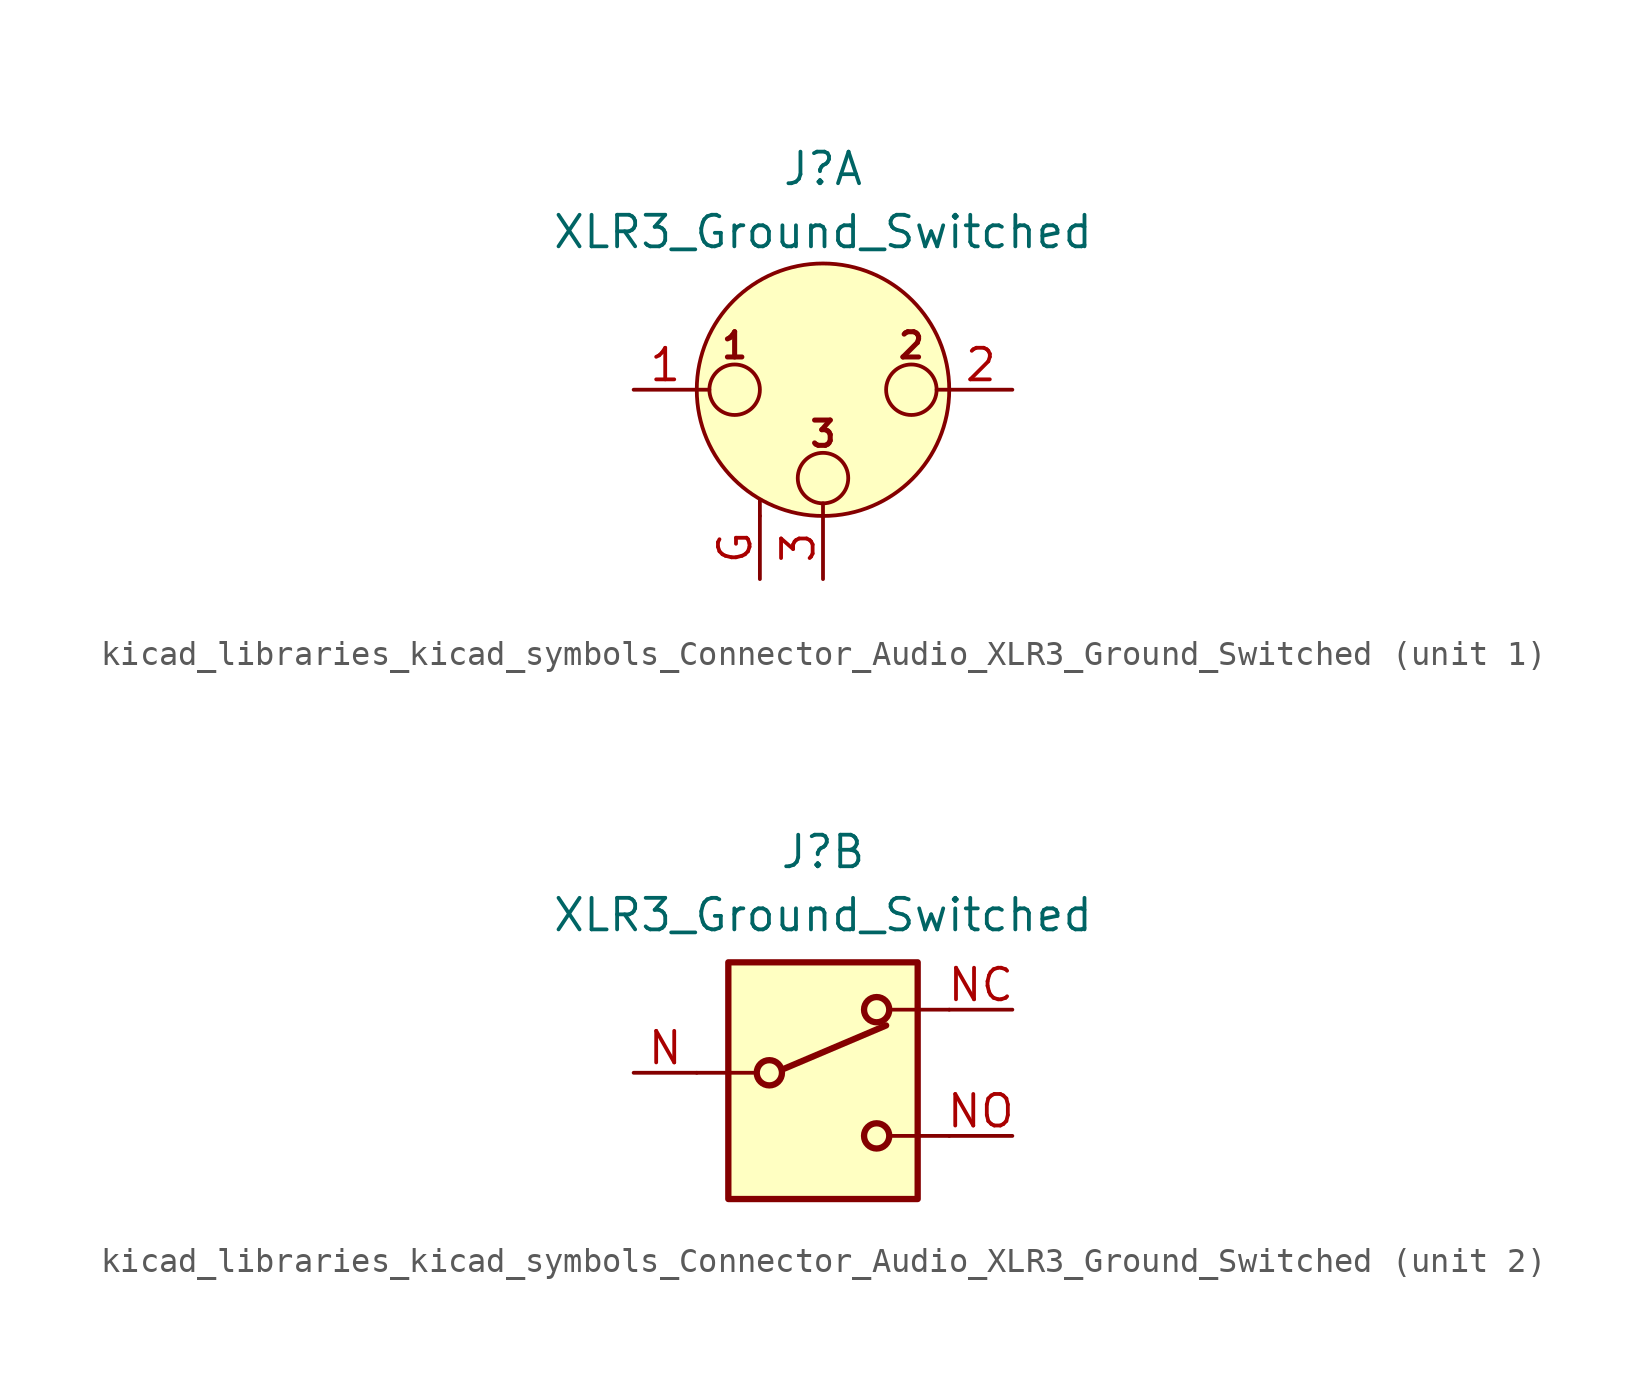
<source format=kicad_sym>
(kicad_symbol_lib
  (version 20220914)
  (generator kicad_symbol_editor)
  (symbol "kicad_libraries_kicad_symbols_Connector_Audio_XLR3_Ground_Switched"
    (pin_names hide)
    (property "Reference" "J"
      (at 0 8.89 0)
      (effects (font (size 1.27 1.27))))
    (property "Value" "XLR3_Ground_Switched"
      (at 0 6.35 0)
      (effects (font (size 1.27 1.27))))
    (symbol "kicad_libraries_kicad_symbols_Connector_Audio_XLR3_Ground_Switched_1_1"
      (circle (center -3.556 0) (radius 1.016) (stroke (width 0) (type default)) (fill (type none)))
      (circle (center 0 -3.556) (radius 1.016) (stroke (width 0) (type default)) (fill (type none)))
      (polyline (pts (xy -5.08 0) (xy -4.572 0)) (stroke (width 0) (type default)) (fill (type none)))
      (polyline (pts (xy -2.54 -5.08) (xy -2.54 -4.445)) (stroke (width 0) (type default)) (fill (type none)))
      (polyline (pts (xy 0 -5.08) (xy 0 -4.572)) (stroke (width 0) (type default)) (fill (type none)))
      (polyline (pts (xy 5.08 0) (xy 4.572 0)) (stroke (width 0) (type default)) (fill (type none)))
      (circle (center 0 0) (radius 5.08) (stroke (width 0) (type default)) (fill (type background)))
      (circle (center 3.556 0) (radius 1.016) (stroke (width 0) (type default)) (fill (type none)))
      (text "1" (at -3.556 1.778 0) (effects (font (size 1.016 1.016) bold)))
      (text "2" (at 3.556 1.778 0) (effects (font (size 1.016 1.016) bold)))
      (text "3" (at 0 -1.778 0) (effects (font (size 1.016 1.016) bold)))
      (pin passive line (at -7.62 0 0) (length 2.54) (name "~" (effects (font (size 1.27 1.27)))) (number "1" (effects (font (size 1.27 1.27)))))
      (pin passive line (at 7.62 0 180) (length 2.54) (name "~" (effects (font (size 1.27 1.27)))) (number "2" (effects (font (size 1.27 1.27)))))
      (pin passive line (at 0 -7.62 90) (length 2.54) (name "~" (effects (font (size 1.27 1.27)))) (number "3" (effects (font (size 1.27 1.27)))))
      (pin passive line (at -2.54 -7.62 90) (length 2.54) (name "~" (effects (font (size 1.27 1.27)))) (number "G" (effects (font (size 1.27 1.27))))))
    (symbol "kicad_libraries_kicad_symbols_Connector_Audio_XLR3_Ground_Switched_2_1"
      (rectangle (start -3.81 4.445) (end 3.81 -5.08) (stroke (width 0.254) (type default)) (fill (type background)))
      (circle (center -2.159 0) (radius 0.508) (stroke (width 0.254) (type default)) (fill (type none)))
      (polyline (pts (xy -5.08 0) (xy -2.794 0)) (stroke (width 0) (type default)) (fill (type none)))
      (polyline (pts (xy -1.651 0.127) (xy 2.54 1.905)) (stroke (width 0.254) (type default)) (fill (type none)))
      (polyline (pts (xy 5.08 -2.54) (xy 2.794 -2.54)) (stroke (width 0) (type default)) (fill (type none)))
      (polyline (pts (xy 5.08 2.54) (xy 2.794 2.54)) (stroke (width 0) (type default)) (fill (type none)))
      (circle (center 2.159 -2.54) (radius 0.508) (stroke (width 0.254) (type default)) (fill (type none)))
      (circle (center 2.159 2.54) (radius 0.508) (stroke (width 0.254) (type default)) (fill (type none)))
      (pin passive line (at -7.62 0 0) (length 2.54) (name "~" (effects (font (size 1.27 1.27)))) (number "N" (effects (font (size 1.27 1.27)))))
      (pin passive line (at 7.62 2.54 180) (length 2.54) (name "~" (effects (font (size 1.27 1.27)))) (number "NC" (effects (font (size 1.27 1.27)))))
      (pin passive line (at 7.62 -2.54 180) (length 2.54) (name "~" (effects (font (size 1.27 1.27)))) (number "NO" (effects (font (size 1.27 1.27))))))))
</source>
